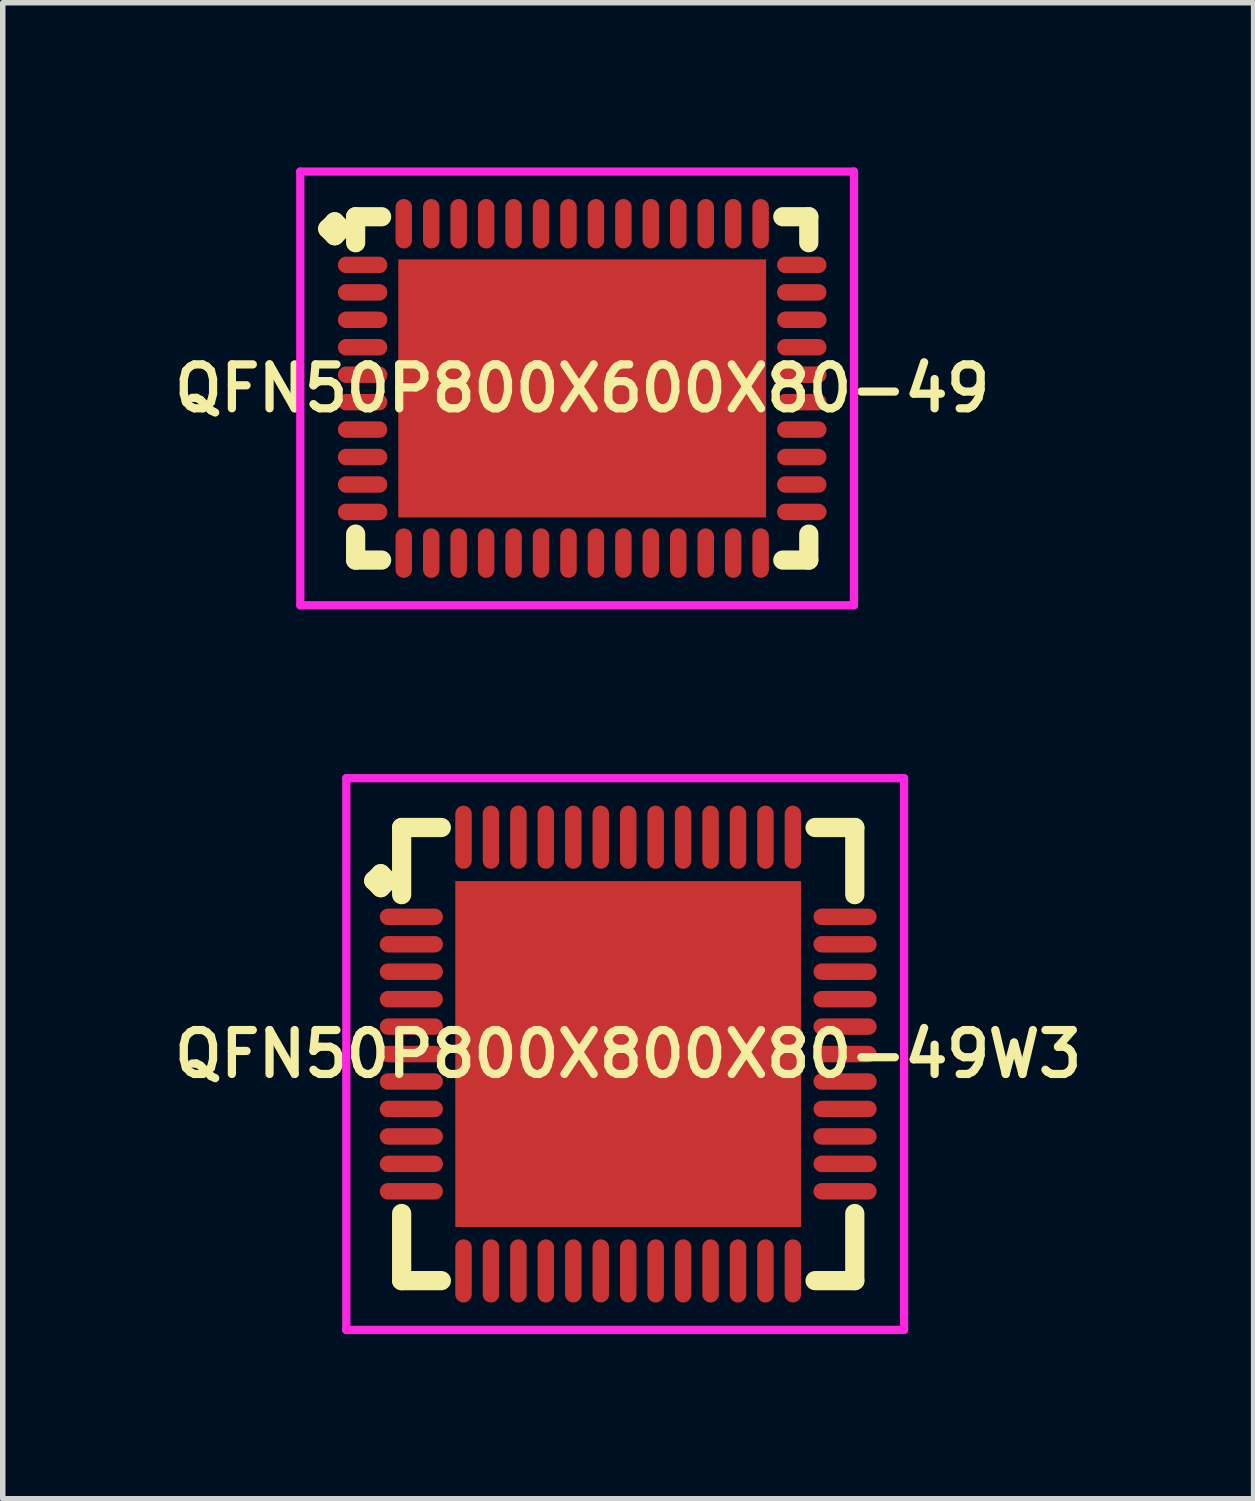
<source format=kicad_pcb>
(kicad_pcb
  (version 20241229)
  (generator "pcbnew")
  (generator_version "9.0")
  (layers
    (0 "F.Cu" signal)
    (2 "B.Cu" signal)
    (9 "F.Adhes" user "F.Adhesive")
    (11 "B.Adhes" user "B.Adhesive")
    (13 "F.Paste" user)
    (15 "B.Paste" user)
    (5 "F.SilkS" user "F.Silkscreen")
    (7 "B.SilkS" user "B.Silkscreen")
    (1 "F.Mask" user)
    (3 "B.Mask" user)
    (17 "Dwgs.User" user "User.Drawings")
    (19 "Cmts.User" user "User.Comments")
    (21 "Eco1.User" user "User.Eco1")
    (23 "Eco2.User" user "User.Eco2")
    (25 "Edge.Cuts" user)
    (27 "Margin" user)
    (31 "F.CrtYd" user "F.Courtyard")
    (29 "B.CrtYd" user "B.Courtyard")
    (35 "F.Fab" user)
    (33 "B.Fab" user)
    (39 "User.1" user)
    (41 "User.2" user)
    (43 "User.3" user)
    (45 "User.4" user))
  (footprint "QFN50P800X800X80-49W3"
    (layer "F.Cu")
    (at 8.393 16.15)
    (property "Reference" "QFN50P800X800X80-49W3" (at 0 0 0) (layer "F.SilkS") (effects (font (size 0.8 0.8) (thickness 0.15))))
    (attr smd)
    (fp_line (start -4.635 -3.158) (end -4.508 -3.285) (stroke (width 0.35) (type solid)) (layer "F.SilkS"))
    (fp_line (start -4.508 -3.285) (end -4.381 -3.158) (stroke (width 0.35) (type solid)) (layer "F.SilkS"))
    (fp_line (start -4.508 -3.031) (end -4.635 -3.158) (stroke (width 0.35) (type solid)) (layer "F.SilkS"))
    (fp_line (start -4.381 -3.158) (end -4.508 -3.031) (stroke (width 0.35) (type solid)) (layer "F.SilkS"))
    (fp_line (start -4.127 -4.127) (end -3.404 -4.127) (stroke (width 0.35) (type solid)) (layer "F.SilkS"))
    (fp_line (start -4.127 -2.904) (end -4.127 -4.127) (stroke (width 0.35) (type solid)) (layer "F.SilkS"))
    (fp_line (start -4.127 2.904) (end -4.127 4.127) (stroke (width 0.35) (type solid)) (layer "F.SilkS"))
    (fp_line (start -4.127 4.127) (end -3.404 4.127) (stroke (width 0.35) (type solid)) (layer "F.SilkS"))
    (fp_line (start 3.404 -4.127) (end 4.127 -4.127) (stroke (width 0.35) (type solid)) (layer "F.SilkS"))
    (fp_line (start 3.404 4.127) (end 4.127 4.127) (stroke (width 0.35) (type solid)) (layer "F.SilkS"))
    (fp_line (start 4.127 -4.127) (end 4.127 -2.904) (stroke (width 0.35) (type solid)) (layer "F.SilkS"))
    (fp_line (start 4.127 4.127) (end 4.127 2.904) (stroke (width 0.35) (type solid)) (layer "F.SilkS"))
    (fp_line (start -5.135 -5.025) (end 5.025 -5.025) (stroke (width 0.15) (type solid)) (layer "F.CrtYd"))
    (fp_line (start -5.135 5.025) (end -5.135 -5.025) (stroke (width 0.15) (type solid)) (layer "F.CrtYd"))
    (fp_line (start 5.025 -5.025) (end 5.025 5.025) (stroke (width 0.15) (type solid)) (layer "F.CrtYd"))
    (fp_line (start 5.025 5.025) (end -5.135 5.025) (stroke (width 0.15) (type solid)) (layer "F.CrtYd"))
    (pad "1" smd oval (at -3.95 -2.5) (size 1.15 0.3) (layers "F.Cu" "F.Mask" "F.Paste"))
    (pad "2" smd oval (at -3.95 -2) (size 1.15 0.3) (layers "F.Cu" "F.Mask" "F.Paste"))
    (pad "3" smd oval (at -3.95 -1.5) (size 1.15 0.3) (layers "F.Cu" "F.Mask" "F.Paste"))
    (pad "4" smd oval (at -3.95 -1) (size 1.15 0.3) (layers "F.Cu" "F.Mask" "F.Paste"))
    (pad "5" smd oval (at -3.95 -0.5) (size 1.15 0.3) (layers "F.Cu" "F.Mask" "F.Paste"))
    (pad "6" smd oval (at -3.95 0) (size 1.15 0.3) (layers "F.Cu" "F.Mask" "F.Paste"))
    (pad "7" smd oval (at -3.95 0.5) (size 1.15 0.3) (layers "F.Cu" "F.Mask" "F.Paste"))
    (pad "8" smd oval (at -3.95 1) (size 1.15 0.3) (layers "F.Cu" "F.Mask" "F.Paste"))
    (pad "9" smd oval (at -3.95 1.5) (size 1.15 0.3) (layers "F.Cu" "F.Mask" "F.Paste"))
    (pad "10" smd oval (at -3.95 2) (size 1.15 0.3) (layers "F.Cu" "F.Mask" "F.Paste"))
    (pad "11" smd oval (at -3.95 2.5) (size 1.15 0.3) (layers "F.Cu" "F.Mask" "F.Paste"))
    (pad "12" smd oval (at -3 3.95) (size 0.3 1.15) (layers "F.Cu" "F.Mask" "F.Paste"))
    (pad "13" smd oval (at -2.5 3.95) (size 0.3 1.15) (layers "F.Cu" "F.Mask" "F.Paste"))
    (pad "14" smd oval (at -2 3.95) (size 0.3 1.15) (layers "F.Cu" "F.Mask" "F.Paste"))
    (pad "15" smd oval (at -1.5 3.95) (size 0.3 1.15) (layers "F.Cu" "F.Mask" "F.Paste"))
    (pad "16" smd oval (at -1 3.95) (size 0.3 1.15) (layers "F.Cu" "F.Mask" "F.Paste"))
    (pad "17" smd oval (at -0.5 3.95) (size 0.3 1.15) (layers "F.Cu" "F.Mask" "F.Paste"))
    (pad "18" smd oval (at 0 3.95) (size 0.3 1.15) (layers "F.Cu" "F.Mask" "F.Paste"))
    (pad "19" smd oval (at 0.5 3.95) (size 0.3 1.15) (layers "F.Cu" "F.Mask" "F.Paste"))
    (pad "20" smd oval (at 1 3.95) (size 0.3 1.15) (layers "F.Cu" "F.Mask" "F.Paste"))
    (pad "21" smd oval (at 1.5 3.95) (size 0.3 1.15) (layers "F.Cu" "F.Mask" "F.Paste"))
    (pad "22" smd oval (at 2 3.95) (size 0.3 1.15) (layers "F.Cu" "F.Mask" "F.Paste"))
    (pad "23" smd oval (at 2.5 3.95) (size 0.3 1.15) (layers "F.Cu" "F.Mask" "F.Paste"))
    (pad "24" smd oval (at 3 3.95) (size 0.3 1.15) (layers "F.Cu" "F.Mask" "F.Paste"))
    (pad "25" smd oval (at 3.95 2.5) (size 1.15 0.3) (layers "F.Cu" "F.Mask" "F.Paste"))
    (pad "26" smd oval (at 3.95 2) (size 1.15 0.3) (layers "F.Cu" "F.Mask" "F.Paste"))
    (pad "27" smd oval (at 3.95 1.5) (size 1.15 0.3) (layers "F.Cu" "F.Mask" "F.Paste"))
    (pad "28" smd oval (at 3.95 1) (size 1.15 0.3) (layers "F.Cu" "F.Mask" "F.Paste"))
    (pad "29" smd oval (at 3.95 0.5) (size 1.15 0.3) (layers "F.Cu" "F.Mask" "F.Paste"))
    (pad "30" smd oval (at 3.95 0) (size 1.15 0.3) (layers "F.Cu" "F.Mask" "F.Paste"))
    (pad "31" smd oval (at 3.95 -0.5) (size 1.15 0.3) (layers "F.Cu" "F.Mask" "F.Paste"))
    (pad "32" smd oval (at 3.95 -1) (size 1.15 0.3) (layers "F.Cu" "F.Mask" "F.Paste"))
    (pad "33" smd oval (at 3.95 -1.5) (size 1.15 0.3) (layers "F.Cu" "F.Mask" "F.Paste"))
    (pad "34" smd oval (at 3.95 -2) (size 1.15 0.3) (layers "F.Cu" "F.Mask" "F.Paste"))
    (pad "35" smd oval (at 3.95 -2.5) (size 1.15 0.3) (layers "F.Cu" "F.Mask" "F.Paste"))
    (pad "36" smd oval (at 3 -3.95) (size 0.3 1.15) (layers "F.Cu" "F.Mask" "F.Paste"))
    (pad "37" smd oval (at 2.5 -3.95) (size 0.3 1.15) (layers "F.Cu" "F.Mask" "F.Paste"))
    (pad "38" smd oval (at 2 -3.95) (size 0.3 1.15) (layers "F.Cu" "F.Mask" "F.Paste"))
    (pad "39" smd oval (at 1.5 -3.95) (size 0.3 1.15) (layers "F.Cu" "F.Mask" "F.Paste"))
    (pad "40" smd oval (at 1 -3.95) (size 0.3 1.15) (layers "F.Cu" "F.Mask" "F.Paste"))
    (pad "41" smd oval (at 0.5 -3.95) (size 0.3 1.15) (layers "F.Cu" "F.Mask" "F.Paste"))
    (pad "42" smd oval (at 0 -3.95) (size 0.3 1.15) (layers "F.Cu" "F.Mask" "F.Paste"))
    (pad "43" smd oval (at -0.5 -3.95) (size 0.3 1.15) (layers "F.Cu" "F.Mask" "F.Paste"))
    (pad "44" smd oval (at -1 -3.95) (size 0.3 1.15) (layers "F.Cu" "F.Mask" "F.Paste"))
    (pad "45" smd oval (at -1.5 -3.95) (size 0.3 1.15) (layers "F.Cu" "F.Mask" "F.Paste"))
    (pad "46" smd oval (at -2 -3.95) (size 0.3 1.15) (layers "F.Cu" "F.Mask" "F.Paste"))
    (pad "47" smd oval (at -2.5 -3.95) (size 0.3 1.15) (layers "F.Cu" "F.Mask" "F.Paste"))
    (pad "48" smd oval (at -3 -3.95) (size 0.3 1.15) (layers "F.Cu" "F.Mask" "F.Paste"))
    (pad "49" smd rect (at 0 0) (size 6.3 6.3) (layers "F.Cu" "F.Mask" "F.Paste")))
  (footprint "QFN50P800X600X80-49"
    (layer "F.Cu")
    (at 7.555 4.025)
    (property "Reference" "QFN50P800X600X80-49" (at 0 0 0) (layer "F.SilkS") (effects (font (size 0.8 0.8) (thickness 0.15))))
    (attr smd)
    (fp_line (start -4.635 -2.908) (end -4.508 -3.035) (stroke (width 0.35) (type solid)) (layer "F.SilkS"))
    (fp_line (start -4.508 -3.035) (end -4.381 -2.908) (stroke (width 0.35) (type solid)) (layer "F.SilkS"))
    (fp_line (start -4.508 -2.781) (end -4.635 -2.908) (stroke (width 0.35) (type solid)) (layer "F.SilkS"))
    (fp_line (start -4.381 -2.908) (end -4.508 -2.781) (stroke (width 0.35) (type solid)) (layer "F.SilkS"))
    (fp_line (start -4.127 -3.127) (end -3.654 -3.127) (stroke (width 0.35) (type solid)) (layer "F.SilkS"))
    (fp_line (start -4.127 -2.654) (end -4.127 -3.127) (stroke (width 0.35) (type solid)) (layer "F.SilkS"))
    (fp_line (start -4.127 2.654) (end -4.127 3.127) (stroke (width 0.35) (type solid)) (layer "F.SilkS"))
    (fp_line (start -4.127 3.127) (end -3.654 3.127) (stroke (width 0.35) (type solid)) (layer "F.SilkS"))
    (fp_line (start 3.654 -3.127) (end 4.127 -3.127) (stroke (width 0.35) (type solid)) (layer "F.SilkS"))
    (fp_line (start 3.654 3.127) (end 4.127 3.127) (stroke (width 0.35) (type solid)) (layer "F.SilkS"))
    (fp_line (start 4.127 -3.127) (end 4.127 -2.654) (stroke (width 0.35) (type solid)) (layer "F.SilkS"))
    (fp_line (start 4.127 3.127) (end 4.127 2.654) (stroke (width 0.35) (type solid)) (layer "F.SilkS"))
    (fp_line (start -5.135 -3.95) (end 4.95 -3.95) (stroke (width 0.15) (type solid)) (layer "F.CrtYd"))
    (fp_line (start -5.135 3.95) (end -5.135 -3.95) (stroke (width 0.15) (type solid)) (layer "F.CrtYd"))
    (fp_line (start 4.95 -3.95) (end 4.95 3.95) (stroke (width 0.15) (type solid)) (layer "F.CrtYd"))
    (fp_line (start 4.95 3.95) (end -5.135 3.95) (stroke (width 0.15) (type solid)) (layer "F.CrtYd"))
    (pad "1" smd oval (at -4 -2.25) (size 0.9 0.3) (layers "F.Cu" "F.Mask" "F.Paste"))
    (pad "2" smd oval (at -4 -1.75) (size 0.9 0.3) (layers "F.Cu" "F.Mask" "F.Paste"))
    (pad "3" smd oval (at -4 -1.25) (size 0.9 0.3) (layers "F.Cu" "F.Mask" "F.Paste"))
    (pad "4" smd oval (at -4 -0.75) (size 0.9 0.3) (layers "F.Cu" "F.Mask" "F.Paste"))
    (pad "5" smd oval (at -4 -0.25) (size 0.9 0.3) (layers "F.Cu" "F.Mask" "F.Paste"))
    (pad "6" smd oval (at -4 0.25) (size 0.9 0.3) (layers "F.Cu" "F.Mask" "F.Paste"))
    (pad "7" smd oval (at -4 0.75) (size 0.9 0.3) (layers "F.Cu" "F.Mask" "F.Paste"))
    (pad "8" smd oval (at -4 1.25) (size 0.9 0.3) (layers "F.Cu" "F.Mask" "F.Paste"))
    (pad "9" smd oval (at -4 1.75) (size 0.9 0.3) (layers "F.Cu" "F.Mask" "F.Paste"))
    (pad "10" smd oval (at -4 2.25) (size 0.9 0.3) (layers "F.Cu" "F.Mask" "F.Paste"))
    (pad "11" smd oval (at -3.25 3) (size 0.3 0.9) (layers "F.Cu" "F.Mask" "F.Paste"))
    (pad "12" smd oval (at -2.75 3) (size 0.3 0.9) (layers "F.Cu" "F.Mask" "F.Paste"))
    (pad "13" smd oval (at -2.25 3) (size 0.3 0.9) (layers "F.Cu" "F.Mask" "F.Paste"))
    (pad "14" smd oval (at -1.75 3) (size 0.3 0.9) (layers "F.Cu" "F.Mask" "F.Paste"))
    (pad "15" smd oval (at -1.25 3) (size 0.3 0.9) (layers "F.Cu" "F.Mask" "F.Paste"))
    (pad "16" smd oval (at -0.75 3) (size 0.3 0.9) (layers "F.Cu" "F.Mask" "F.Paste"))
    (pad "17" smd oval (at -0.25 3) (size 0.3 0.9) (layers "F.Cu" "F.Mask" "F.Paste"))
    (pad "18" smd oval (at 0.25 3) (size 0.3 0.9) (layers "F.Cu" "F.Mask" "F.Paste"))
    (pad "19" smd oval (at 0.75 3) (size 0.3 0.9) (layers "F.Cu" "F.Mask" "F.Paste"))
    (pad "20" smd oval (at 1.25 3) (size 0.3 0.9) (layers "F.Cu" "F.Mask" "F.Paste"))
    (pad "21" smd oval (at 1.75 3) (size 0.3 0.9) (layers "F.Cu" "F.Mask" "F.Paste"))
    (pad "22" smd oval (at 2.25 3) (size 0.3 0.9) (layers "F.Cu" "F.Mask" "F.Paste"))
    (pad "23" smd oval (at 2.75 3) (size 0.3 0.9) (layers "F.Cu" "F.Mask" "F.Paste"))
    (pad "24" smd oval (at 3.25 3) (size 0.3 0.9) (layers "F.Cu" "F.Mask" "F.Paste"))
    (pad "25" smd oval (at 4 2.25) (size 0.9 0.3) (layers "F.Cu" "F.Mask" "F.Paste"))
    (pad "26" smd oval (at 4 1.75) (size 0.9 0.3) (layers "F.Cu" "F.Mask" "F.Paste"))
    (pad "27" smd oval (at 4 1.25) (size 0.9 0.3) (layers "F.Cu" "F.Mask" "F.Paste"))
    (pad "28" smd oval (at 4 0.75) (size 0.9 0.3) (layers "F.Cu" "F.Mask" "F.Paste"))
    (pad "29" smd oval (at 4 0.25) (size 0.9 0.3) (layers "F.Cu" "F.Mask" "F.Paste"))
    (pad "30" smd oval (at 4 -0.25) (size 0.9 0.3) (layers "F.Cu" "F.Mask" "F.Paste"))
    (pad "31" smd oval (at 4 -0.75) (size 0.9 0.3) (layers "F.Cu" "F.Mask" "F.Paste"))
    (pad "32" smd oval (at 4 -1.25) (size 0.9 0.3) (layers "F.Cu" "F.Mask" "F.Paste"))
    (pad "33" smd oval (at 4 -1.75) (size 0.9 0.3) (layers "F.Cu" "F.Mask" "F.Paste"))
    (pad "34" smd oval (at 4 -2.25) (size 0.9 0.3) (layers "F.Cu" "F.Mask" "F.Paste"))
    (pad "35" smd oval (at 3.25 -3) (size 0.3 0.9) (layers "F.Cu" "F.Mask" "F.Paste"))
    (pad "36" smd oval (at 2.75 -3) (size 0.3 0.9) (layers "F.Cu" "F.Mask" "F.Paste"))
    (pad "37" smd oval (at 2.25 -3) (size 0.3 0.9) (layers "F.Cu" "F.Mask" "F.Paste"))
    (pad "38" smd oval (at 1.75 -3) (size 0.3 0.9) (layers "F.Cu" "F.Mask" "F.Paste"))
    (pad "39" smd oval (at 1.25 -3) (size 0.3 0.9) (layers "F.Cu" "F.Mask" "F.Paste"))
    (pad "40" smd oval (at 0.75 -3) (size 0.3 0.9) (layers "F.Cu" "F.Mask" "F.Paste"))
    (pad "41" smd oval (at 0.25 -3) (size 0.3 0.9) (layers "F.Cu" "F.Mask" "F.Paste"))
    (pad "42" smd oval (at -0.25 -3) (size 0.3 0.9) (layers "F.Cu" "F.Mask" "F.Paste"))
    (pad "43" smd oval (at -0.75 -3) (size 0.3 0.9) (layers "F.Cu" "F.Mask" "F.Paste"))
    (pad "44" smd oval (at -1.25 -3) (size 0.3 0.9) (layers "F.Cu" "F.Mask" "F.Paste"))
    (pad "45" smd oval (at -1.75 -3) (size 0.3 0.9) (layers "F.Cu" "F.Mask" "F.Paste"))
    (pad "46" smd oval (at -2.25 -3) (size 0.3 0.9) (layers "F.Cu" "F.Mask" "F.Paste"))
    (pad "47" smd oval (at -2.75 -3) (size 0.3 0.9) (layers "F.Cu" "F.Mask" "F.Paste"))
    (pad "48" smd oval (at -3.25 -3) (size 0.3 0.9) (layers "F.Cu" "F.Mask" "F.Paste"))
    (pad "49" smd rect (at 0 0) (size 6.7 4.7) (layers "F.Cu" "F.Mask" "F.Paste")))
  (gr_rect
    (start -3 -3)
    (end 19.785 24.25)
    (stroke (width 0.1) (type default))
    (fill no)
    (layer "Edge.Cuts")))
</source>
